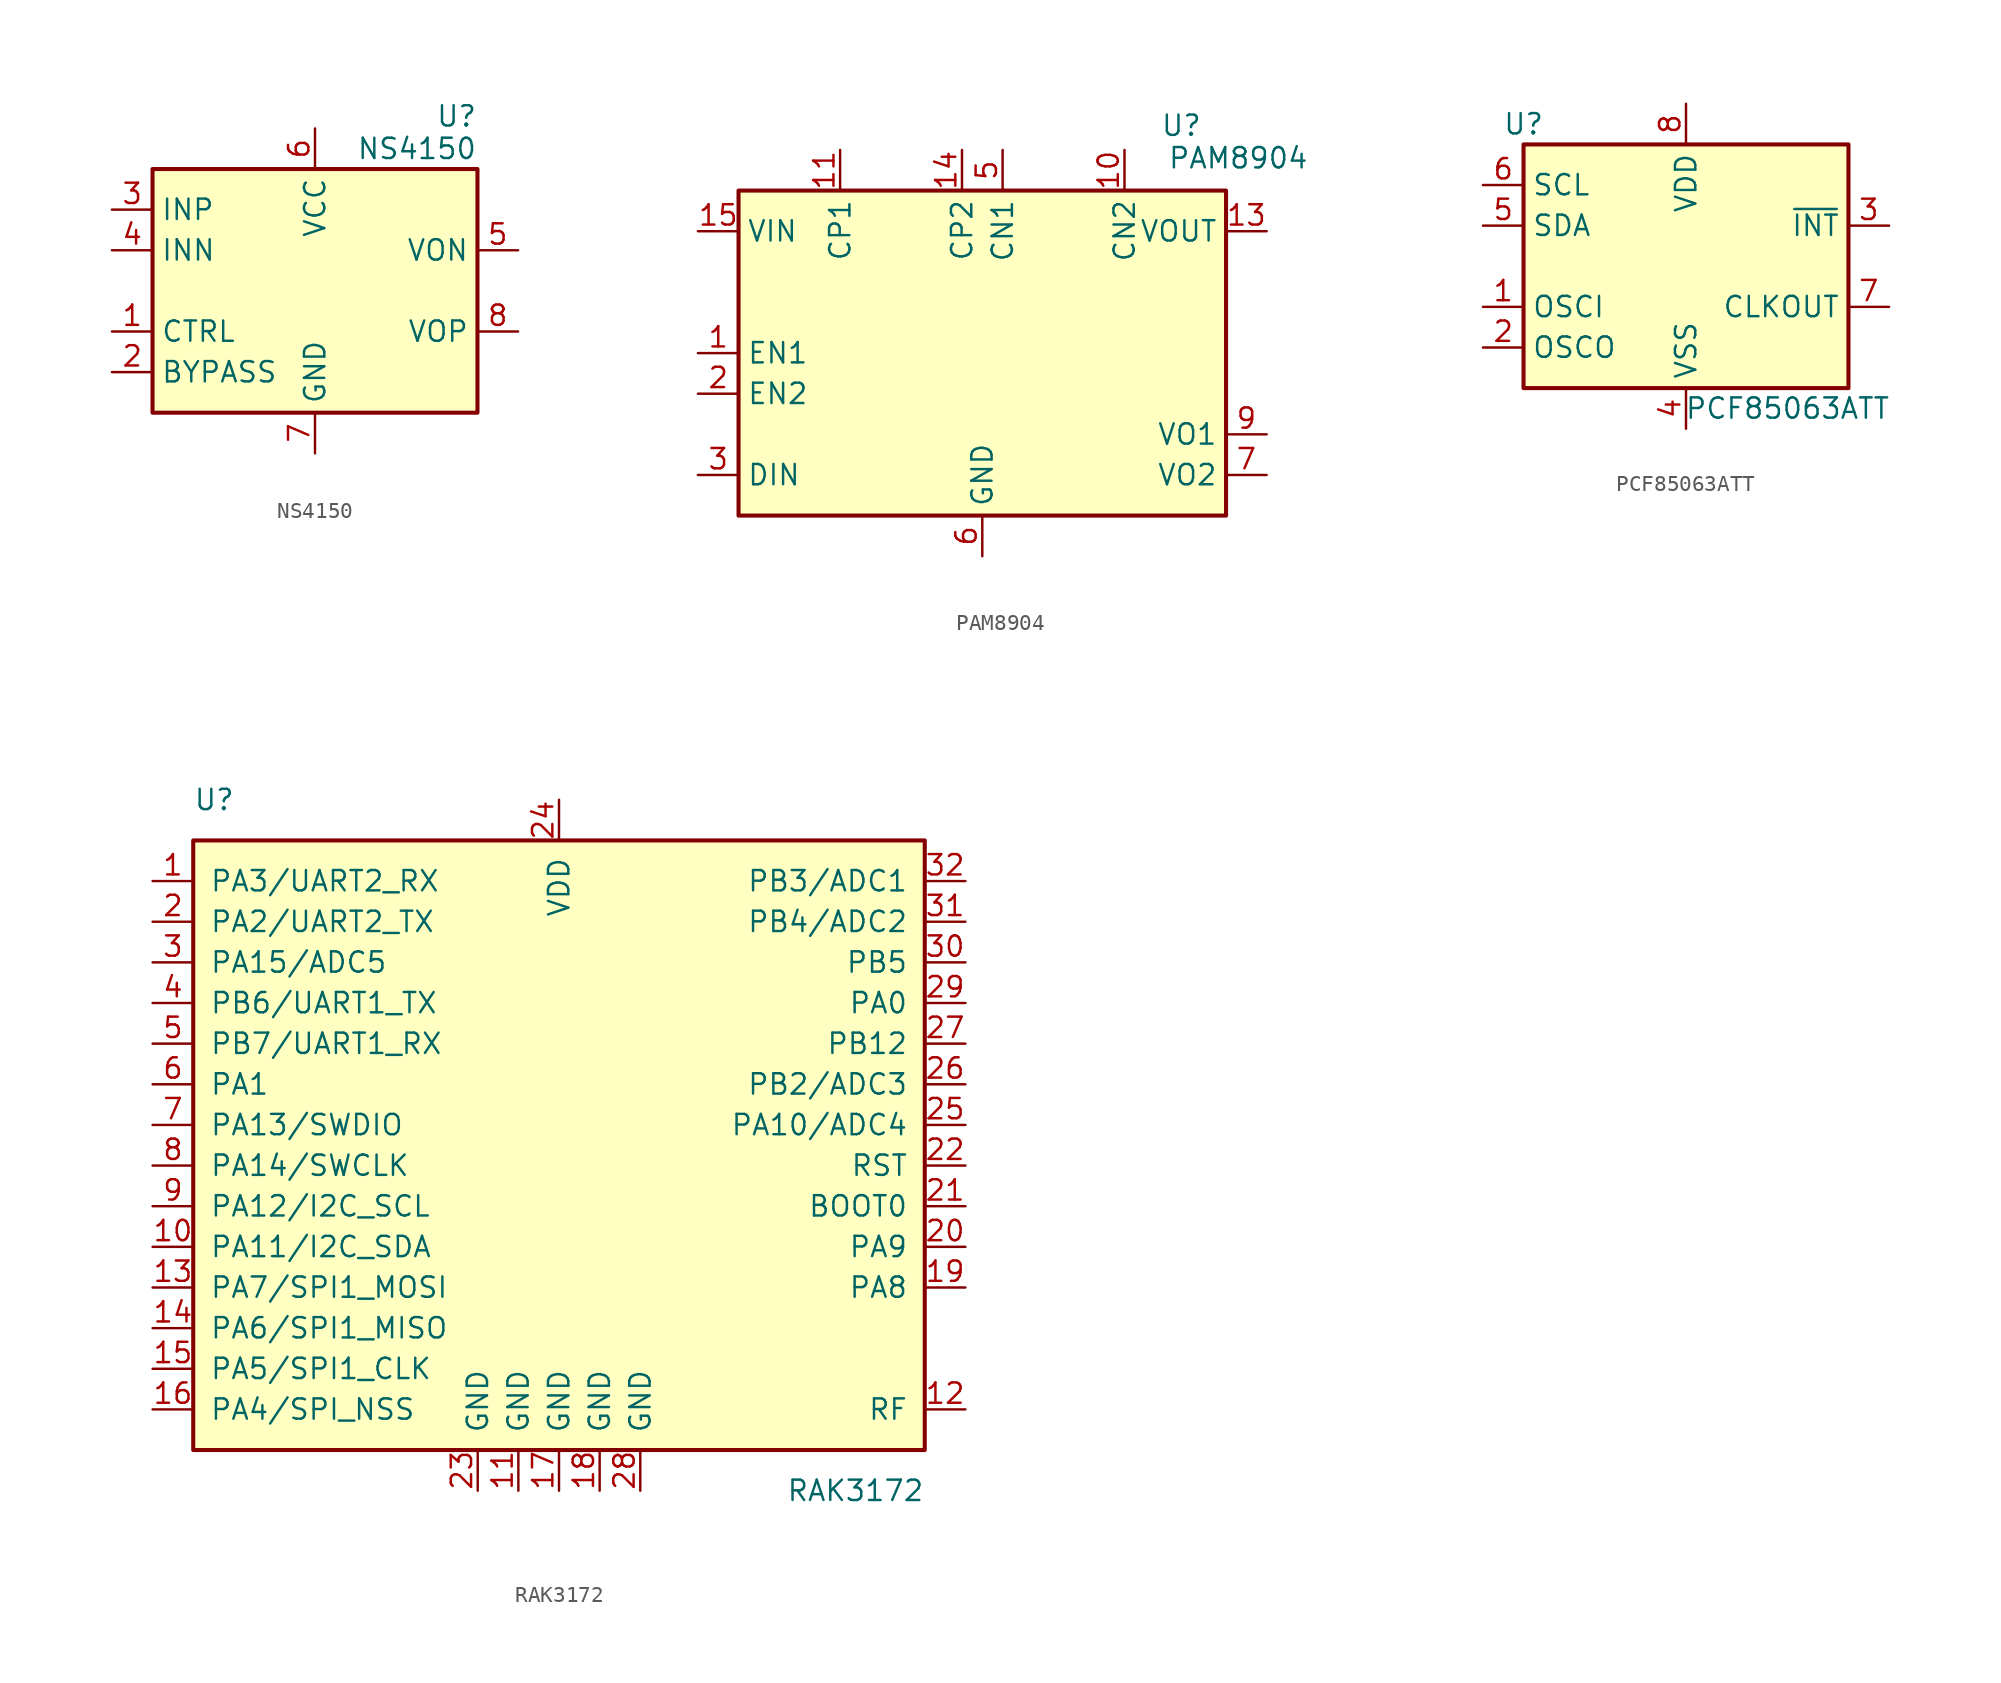
<source format=kicad_sym>
(kicad_symbol_lib
  (version 20231120)
  (generator "kicad_symbol_editor")
  (generator_version "8.0")
  (symbol "NS4150"
    (property "Reference" "U"
      (at 10.16 10.922 0)
      (effects (font (size 1.27 1.27)) (justify right)))
    (property "Value" "NS4150"
      (at 10.16 8.89 0)
      (effects (font (size 1.27 1.27)) (justify right)))
    (symbol "NS4150_0_1"
      (rectangle (start -10.16 7.62) (end 10.16 -7.62) (stroke (width 0.254) (type default)) (fill (type background))))
    (symbol "NS4150_1_1"
      (pin input line (at -12.7 -2.54 0) (length 2.54) (name "CTRL" (effects (font (size 1.27 1.27)))) (number "1" (effects (font (size 1.27 1.27)))))
      (pin input line (at -12.7 -5.08 0) (length 2.54) (name "BYPASS" (effects (font (size 1.27 1.27)))) (number "2" (effects (font (size 1.27 1.27)))))
      (pin input line (at -12.7 5.08 0) (length 2.54) (name "INP" (effects (font (size 1.27 1.27)))) (number "3" (effects (font (size 1.27 1.27)))))
      (pin input line (at -12.7 2.54 0) (length 2.54) (name "INN" (effects (font (size 1.27 1.27)))) (number "4" (effects (font (size 1.27 1.27)))))
      (pin output line (at 12.7 2.54 180) (length 2.54) (name "VON" (effects (font (size 1.27 1.27)))) (number "5" (effects (font (size 1.27 1.27)))))
      (pin power_in line (at 0 10.16 270) (length 2.54) (name "VCC" (effects (font (size 1.27 1.27)))) (number "6" (effects (font (size 1.27 1.27)))))
      (pin power_in line (at 0 -10.16 90) (length 2.54) (name "GND" (effects (font (size 1.27 1.27)))) (number "7" (effects (font (size 1.27 1.27)))))
      (pin output line (at 12.7 -2.54 180) (length 2.54) (name "VOP" (effects (font (size 1.27 1.27)))) (number "8" (effects (font (size 1.27 1.27)))))))
  (symbol "PAM8904"
    (property "Reference" "U"
      (at 12.446 14.224 0)
      (effects (font (size 1.27 1.27))))
    (property "Value" "PAM8904"
      (at 16.002 12.192 0)
      (effects (font (size 1.27 1.27))))
    (symbol "PAM8904_0_1"
      (rectangle (start -15.24 10.16) (end 15.24 -10.16) (stroke (width 0.254) (type default)) (fill (type background))))
    (symbol "PAM8904_1_1"
      (pin input line (at -17.78 0 0) (length 2.54) (name "EN1" (effects (font (size 1.27 1.27)))) (number "1" (effects (font (size 1.27 1.27)))))
      (pin input line (at 8.89 12.7 270) (length 2.54) (name "CN2" (effects (font (size 1.27 1.27)))) (number "10" (effects (font (size 1.27 1.27)))))
      (pin input line (at -8.89 12.7 270) (length 2.54) (name "CP1" (effects (font (size 1.27 1.27)))) (number "11" (effects (font (size 1.27 1.27)))))
      (pin no_connect line (at 17.78 3.81 180) (length 2.54) hide (name "NC" (effects (font (size 1.27 1.27)))) (number "12" (effects (font (size 1.27 1.27)))))
      (pin output line (at 17.78 7.62 180) (length 2.54) (name "VOUT" (effects (font (size 1.27 1.27)))) (number "13" (effects (font (size 1.27 1.27)))))
      (pin input line (at -1.27 12.7 270) (length 2.54) (name "CP2" (effects (font (size 1.27 1.27)))) (number "14" (effects (font (size 1.27 1.27)))))
      (pin power_in line (at -17.78 7.62 0) (length 2.54) (name "VIN" (effects (font (size 1.27 1.27)))) (number "15" (effects (font (size 1.27 1.27)))))
      (pin no_connect line (at 17.78 0 180) (length 2.54) hide (name "NC" (effects (font (size 1.27 1.27)))) (number "16" (effects (font (size 1.27 1.27)))))
      (pin no_connect line (at -17.78 3.81 0) (length 2.54) hide (name "EPAD" (effects (font (size 1.27 1.27)))) (number "17" (effects (font (size 1.27 1.27)))))
      (pin input line (at -17.78 -2.54 0) (length 2.54) (name "EN2" (effects (font (size 1.27 1.27)))) (number "2" (effects (font (size 1.27 1.27)))))
      (pin input line (at -17.78 -7.62 0) (length 2.54) (name "DIN" (effects (font (size 1.27 1.27)))) (number "3" (effects (font (size 1.27 1.27)))))
      (pin no_connect line (at -17.78 -5.08 0) (length 2.54) hide (name "NC" (effects (font (size 1.27 1.27)))) (number "4" (effects (font (size 1.27 1.27)))))
      (pin input line (at 1.27 12.7 270) (length 2.54) (name "CN1" (effects (font (size 1.27 1.27)))) (number "5" (effects (font (size 1.27 1.27)))))
      (pin power_in line (at 0 -12.7 90) (length 2.54) (name "GND" (effects (font (size 1.27 1.27)))) (number "6" (effects (font (size 1.27 1.27)))))
      (pin output line (at 17.78 -7.62 180) (length 2.54) (name "VO2" (effects (font (size 1.27 1.27)))) (number "7" (effects (font (size 1.27 1.27)))))
      (pin no_connect line (at 17.78 -2.54 180) (length 2.54) hide (name "NC" (effects (font (size 1.27 1.27)))) (number "8" (effects (font (size 1.27 1.27)))))
      (pin output line (at 17.78 -5.08 180) (length 2.54) (name "VO1" (effects (font (size 1.27 1.27)))) (number "9" (effects (font (size 1.27 1.27)))))))
  (symbol "PCF85063ATT"
    (property "Reference" "U"
      (at -10.16 8.89 0)
      (effects (font (size 1.27 1.27))))
    (property "Value" "PCF85063ATT"
      (at 6.35 -8.89 0)
      (effects (font (size 1.27 1.27))))
    (symbol "PCF85063ATT_0_1"
      (rectangle (start -10.16 7.62) (end 10.16 -7.62) (stroke (width 0.254) (type default)) (fill (type background))))
    (symbol "PCF85063ATT_1_1"
      (pin input line (at -12.7 -2.54 0) (length 2.54) (name "OSCI" (effects (font (size 1.27 1.27)))) (number "1" (effects (font (size 1.27 1.27)))))
      (pin output line (at -12.7 -5.08 0) (length 2.54) (name "OSCO" (effects (font (size 1.27 1.27)))) (number "2" (effects (font (size 1.27 1.27)))))
      (pin output line (at 12.7 2.54 180) (length 2.54) (name "~{INT}" (effects (font (size 1.27 1.27)))) (number "3" (effects (font (size 1.27 1.27)))))
      (pin power_in line (at 0 -10.16 90) (length 2.54) (name "VSS" (effects (font (size 1.27 1.27)))) (number "4" (effects (font (size 1.27 1.27)))))
      (pin bidirectional line (at -12.7 2.54 0) (length 2.54) (name "SDA" (effects (font (size 1.27 1.27)))) (number "5" (effects (font (size 1.27 1.27)))))
      (pin input line (at -12.7 5.08 0) (length 2.54) (name "SCL" (effects (font (size 1.27 1.27)))) (number "6" (effects (font (size 1.27 1.27)))))
      (pin output line (at 12.7 -2.54 180) (length 2.54) (name "CLKOUT" (effects (font (size 1.27 1.27)))) (number "7" (effects (font (size 1.27 1.27)))))
      (pin power_in line (at 0 10.16 270) (length 2.54) (name "VDD" (effects (font (size 1.27 1.27)))) (number "8" (effects (font (size 1.27 1.27)))))))
  (symbol "RAK3172"
    (pin_names
      (offset 1.016))
    (property "Reference" "U"
      (at -22.86 20.32 0)
      (effects (font (size 1.27 1.27)) (justify left)))
    (property "Value" "RAK3172"
      (at 22.86 -22.86 0)
      (effects (font (size 1.27 1.27)) (justify right)))
    (symbol "RAK3172_0_1"
      (rectangle (start -22.86 17.78) (end 22.86 -20.32) (stroke (width 0.254) (type default)) (fill (type background))))
    (symbol "RAK3172_1_1"
      (pin input line (at -25.4 15.24 0) (length 2.54) (name "PA3/UART2_RX" (effects (font (size 1.27 1.27)))) (number "1" (effects (font (size 1.27 1.27)))))
      (pin bidirectional line (at -25.4 -7.62 0) (length 2.54) (name "PA11/I2C_SDA" (effects (font (size 1.27 1.27)))) (number "10" (effects (font (size 1.27 1.27)))))
      (pin power_in line (at -2.54 -22.86 90) (length 2.54) (name "GND" (effects (font (size 1.27 1.27)))) (number "11" (effects (font (size 1.27 1.27)))))
      (pin output line (at 25.4 -17.78 180) (length 2.54) (name "RF" (effects (font (size 1.27 1.27)))) (number "12" (effects (font (size 1.27 1.27)))))
      (pin bidirectional line (at -25.4 -10.16 0) (length 2.54) (name "PA7/SPI1_MOSI" (effects (font (size 1.27 1.27)))) (number "13" (effects (font (size 1.27 1.27)))))
      (pin bidirectional line (at -25.4 -12.7 0) (length 2.54) (name "PA6/SPI1_MISO" (effects (font (size 1.27 1.27)))) (number "14" (effects (font (size 1.27 1.27)))))
      (pin bidirectional line (at -25.4 -15.24 0) (length 2.54) (name "PA5/SPI1_CLK" (effects (font (size 1.27 1.27)))) (number "15" (effects (font (size 1.27 1.27)))))
      (pin bidirectional line (at -25.4 -17.78 0) (length 2.54) (name "PA4/SPI_NSS" (effects (font (size 1.27 1.27)))) (number "16" (effects (font (size 1.27 1.27)))))
      (pin power_in line (at 0 -22.86 90) (length 2.54) (name "GND" (effects (font (size 1.27 1.27)))) (number "17" (effects (font (size 1.27 1.27)))))
      (pin power_in line (at 2.54 -22.86 90) (length 2.54) (name "GND" (effects (font (size 1.27 1.27)))) (number "18" (effects (font (size 1.27 1.27)))))
      (pin bidirectional line (at 25.4 -10.16 180) (length 2.54) (name "PA8" (effects (font (size 1.27 1.27)))) (number "19" (effects (font (size 1.27 1.27)))))
      (pin output line (at -25.4 12.7 0) (length 2.54) (name "PA2/UART2_TX" (effects (font (size 1.27 1.27)))) (number "2" (effects (font (size 1.27 1.27)))))
      (pin bidirectional line (at 25.4 -7.62 180) (length 2.54) (name "PA9" (effects (font (size 1.27 1.27)))) (number "20" (effects (font (size 1.27 1.27)))))
      (pin input line (at 25.4 -5.08 180) (length 2.54) (name "BOOT0" (effects (font (size 1.27 1.27)))) (number "21" (effects (font (size 1.27 1.27)))))
      (pin input line (at 25.4 -2.54 180) (length 2.54) (name "RST" (effects (font (size 1.27 1.27)))) (number "22" (effects (font (size 1.27 1.27)))))
      (pin power_in line (at -5.08 -22.86 90) (length 2.54) (name "GND" (effects (font (size 1.27 1.27)))) (number "23" (effects (font (size 1.27 1.27)))))
      (pin power_in line (at 0 20.32 270) (length 2.54) (name "VDD" (effects (font (size 1.27 1.27)))) (number "24" (effects (font (size 1.27 1.27)))))
      (pin bidirectional line (at 25.4 0 180) (length 2.54) (name "PA10/ADC4" (effects (font (size 1.27 1.27)))) (number "25" (effects (font (size 1.27 1.27)))))
      (pin bidirectional line (at 25.4 2.54 180) (length 2.54) (name "PB2/ADC3" (effects (font (size 1.27 1.27)))) (number "26" (effects (font (size 1.27 1.27)))))
      (pin bidirectional line (at 25.4 5.08 180) (length 2.54) (name "PB12" (effects (font (size 1.27 1.27)))) (number "27" (effects (font (size 1.27 1.27)))))
      (pin power_in line (at 5.08 -22.86 90) (length 2.54) (name "GND" (effects (font (size 1.27 1.27)))) (number "28" (effects (font (size 1.27 1.27)))))
      (pin bidirectional line (at 25.4 7.62 180) (length 2.54) (name "PA0" (effects (font (size 1.27 1.27)))) (number "29" (effects (font (size 1.27 1.27)))))
      (pin bidirectional line (at -25.4 10.16 0) (length 2.54) (name "PA15/ADC5" (effects (font (size 1.27 1.27)))) (number "3" (effects (font (size 1.27 1.27)))))
      (pin bidirectional line (at 25.4 10.16 180) (length 2.54) (name "PB5" (effects (font (size 1.27 1.27)))) (number "30" (effects (font (size 1.27 1.27)))))
      (pin bidirectional line (at 25.4 12.7 180) (length 2.54) (name "PB4/ADC2" (effects (font (size 1.27 1.27)))) (number "31" (effects (font (size 1.27 1.27)))))
      (pin bidirectional line (at 25.4 15.24 180) (length 2.54) (name "PB3/ADC1" (effects (font (size 1.27 1.27)))) (number "32" (effects (font (size 1.27 1.27)))))
      (pin output line (at -25.4 7.62 0) (length 2.54) (name "PB6/UART1_TX" (effects (font (size 1.27 1.27)))) (number "4" (effects (font (size 1.27 1.27)))))
      (pin input line (at -25.4 5.08 0) (length 2.54) (name "PB7/UART1_RX" (effects (font (size 1.27 1.27)))) (number "5" (effects (font (size 1.27 1.27)))))
      (pin bidirectional line (at -25.4 2.54 0) (length 2.54) (name "PA1" (effects (font (size 1.27 1.27)))) (number "6" (effects (font (size 1.27 1.27)))))
      (pin bidirectional line (at -25.4 0 0) (length 2.54) (name "PA13/SWDIO" (effects (font (size 1.27 1.27)))) (number "7" (effects (font (size 1.27 1.27)))))
      (pin input line (at -25.4 -2.54 0) (length 2.54) (name "PA14/SWCLK" (effects (font (size 1.27 1.27)))) (number "8" (effects (font (size 1.27 1.27)))))
      (pin bidirectional line (at -25.4 -5.08 0) (length 2.54) (name "PA12/I2C_SCL" (effects (font (size 1.27 1.27)))) (number "9" (effects (font (size 1.27 1.27))))))))
</source>
